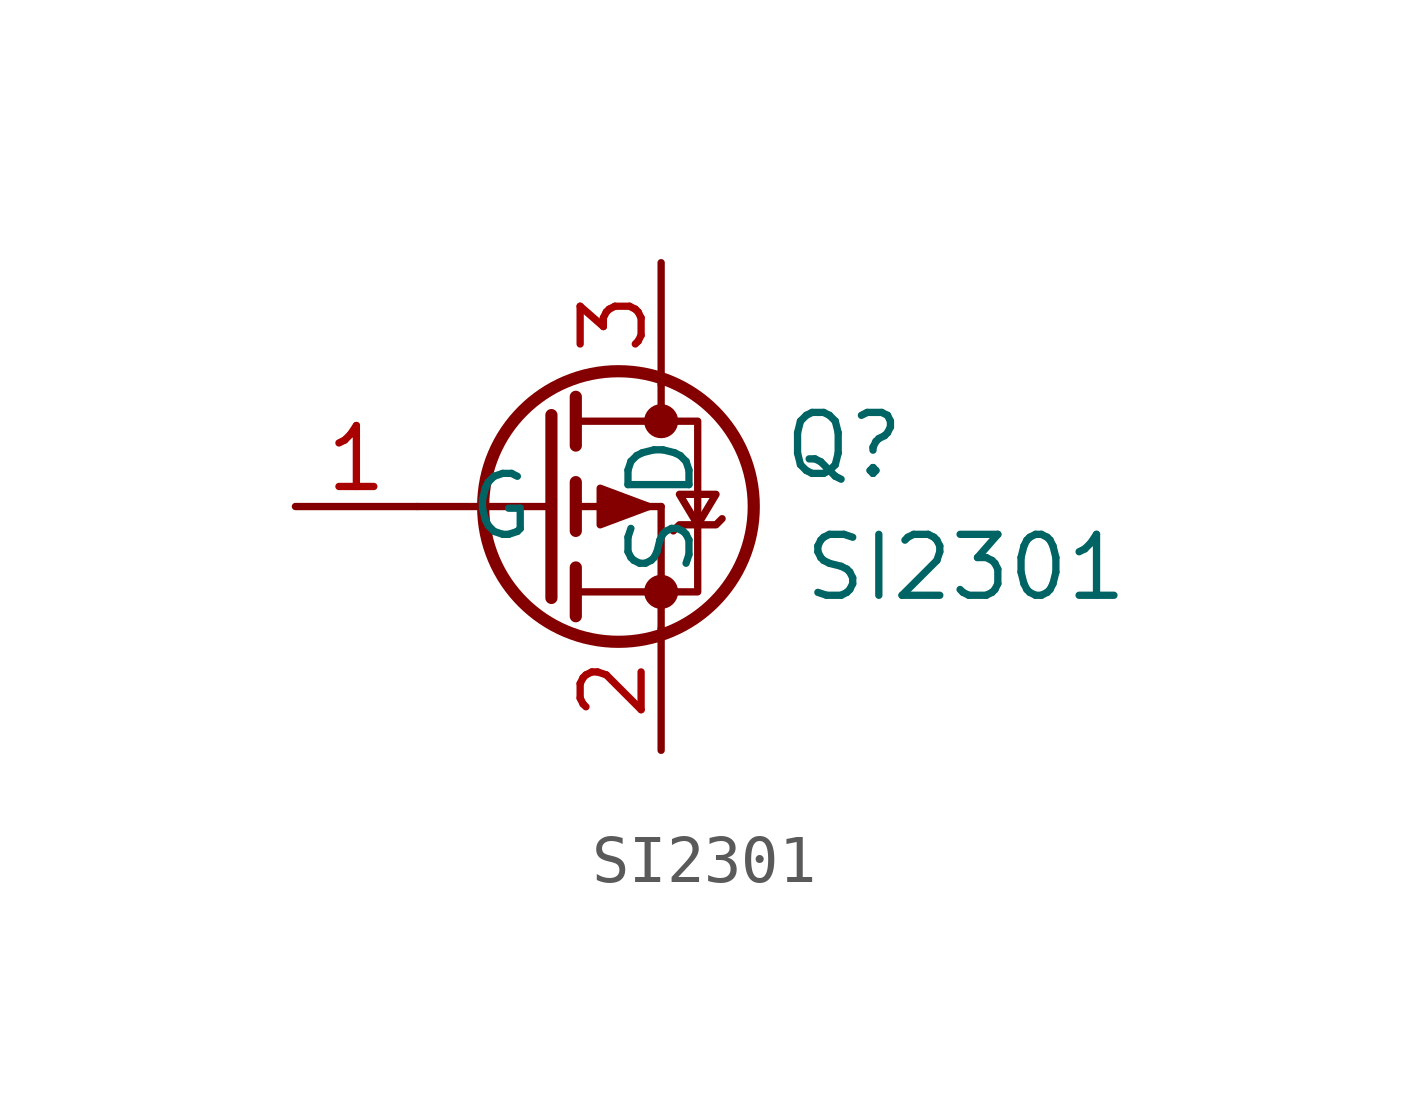
<source format=kicad_sym>
(kicad_symbol_lib
  (version 20220914)
  (generator kicad_symbol_editor)
  (symbol "SI2301"
    (pin_names
      (offset 1.016))
    (property "Reference" "Q"
      (at 5.08 1.27 0)
      (effects (font (size 1.27 1.27))))
    (property "Value" "SI2301"
      (at 7.62 -1.27 0)
      (effects (font (size 1.27 1.27))))
    (symbol "SI2301_1_1"
      (polyline (pts (xy -3.81 0) (xy -1.016 0)) (stroke (width 0) (type solid)) (fill (type none)))
      (polyline (pts (xy -0.508 -1.778) (xy 1.27 -1.778)) (stroke (width 0) (type solid)) (fill (type none)))
      (polyline (pts (xy -0.508 -1.27) (xy -0.508 -2.286)) (stroke (width 0.254) (type solid)) (fill (type none)))
      (polyline (pts (xy -0.508 0) (xy 1.27 0)) (stroke (width 0) (type solid)) (fill (type none)))
      (polyline (pts (xy -0.508 0.508) (xy -0.508 -0.508)) (stroke (width 0.254) (type solid)) (fill (type none)))
      (polyline (pts (xy -0.508 1.778) (xy 1.27 1.778)) (stroke (width 0) (type solid)) (fill (type none)))
      (polyline (pts (xy -0.508 2.286) (xy -0.508 1.27)) (stroke (width 0.254) (type solid)) (fill (type none)))
      (polyline (pts (xy 1.27 -1.778) (xy 1.27 -2.54)) (stroke (width 0) (type solid)) (fill (type none)))
      (polyline (pts (xy 1.27 -1.778) (xy 1.27 0)) (stroke (width 0) (type solid)) (fill (type none)))
      (polyline (pts (xy 1.27 2.54) (xy 1.27 1.778)) (stroke (width 0) (type solid)) (fill (type none)))
      (polyline (pts (xy -1.016 1.905) (xy -1.016 -1.905) (xy -1.016 -1.905)) (stroke (width 0.254) (type solid)) (fill (type none)))
      (polyline (pts (xy 1.016 0) (xy 0 -0.381) (xy 0 0.381) (xy 1.016 0)) (stroke (width 0) (type solid)) (fill (type outline)))
      (polyline (pts (xy 1.27 -1.778) (xy 2.032 -1.778) (xy 2.032 1.778) (xy 1.27 1.778)) (stroke (width 0) (type solid)) (fill (type none)))
      (polyline (pts (xy 1.524 -0.508) (xy 1.651 -0.381) (xy 2.413 -0.381) (xy 2.54 -0.254)) (stroke (width 0) (type solid)) (fill (type none)))
      (polyline (pts (xy 2.032 -0.381) (xy 1.651 0.254) (xy 2.413 0.254) (xy 2.032 -0.381)) (stroke (width 0) (type solid)) (fill (type none)))
      (circle (center 0.381 0) (radius 2.819) (stroke (width 0.254) (type solid)) (fill (type none)))
      (circle (center 1.27 -1.778) (radius 0.279) (stroke (width 0) (type solid)) (fill (type outline)))
      (circle (center 1.27 1.778) (radius 0.279) (stroke (width 0) (type solid)) (fill (type outline)))
      (pin input line (at -6.35 0 0) (length 2.54) (name "G" (effects (font (size 1.27 1.27)))) (number "1" (effects (font (size 1.27 1.27)))))
      (pin passive line (at 1.27 -5.08 90) (length 2.54) (name "S" (effects (font (size 1.27 1.27)))) (number "2" (effects (font (size 1.27 1.27)))))
      (pin passive line (at 1.27 5.08 270) (length 2.54) (name "D" (effects (font (size 1.27 1.27)))) (number "3" (effects (font (size 1.27 1.27))))))))
</source>
